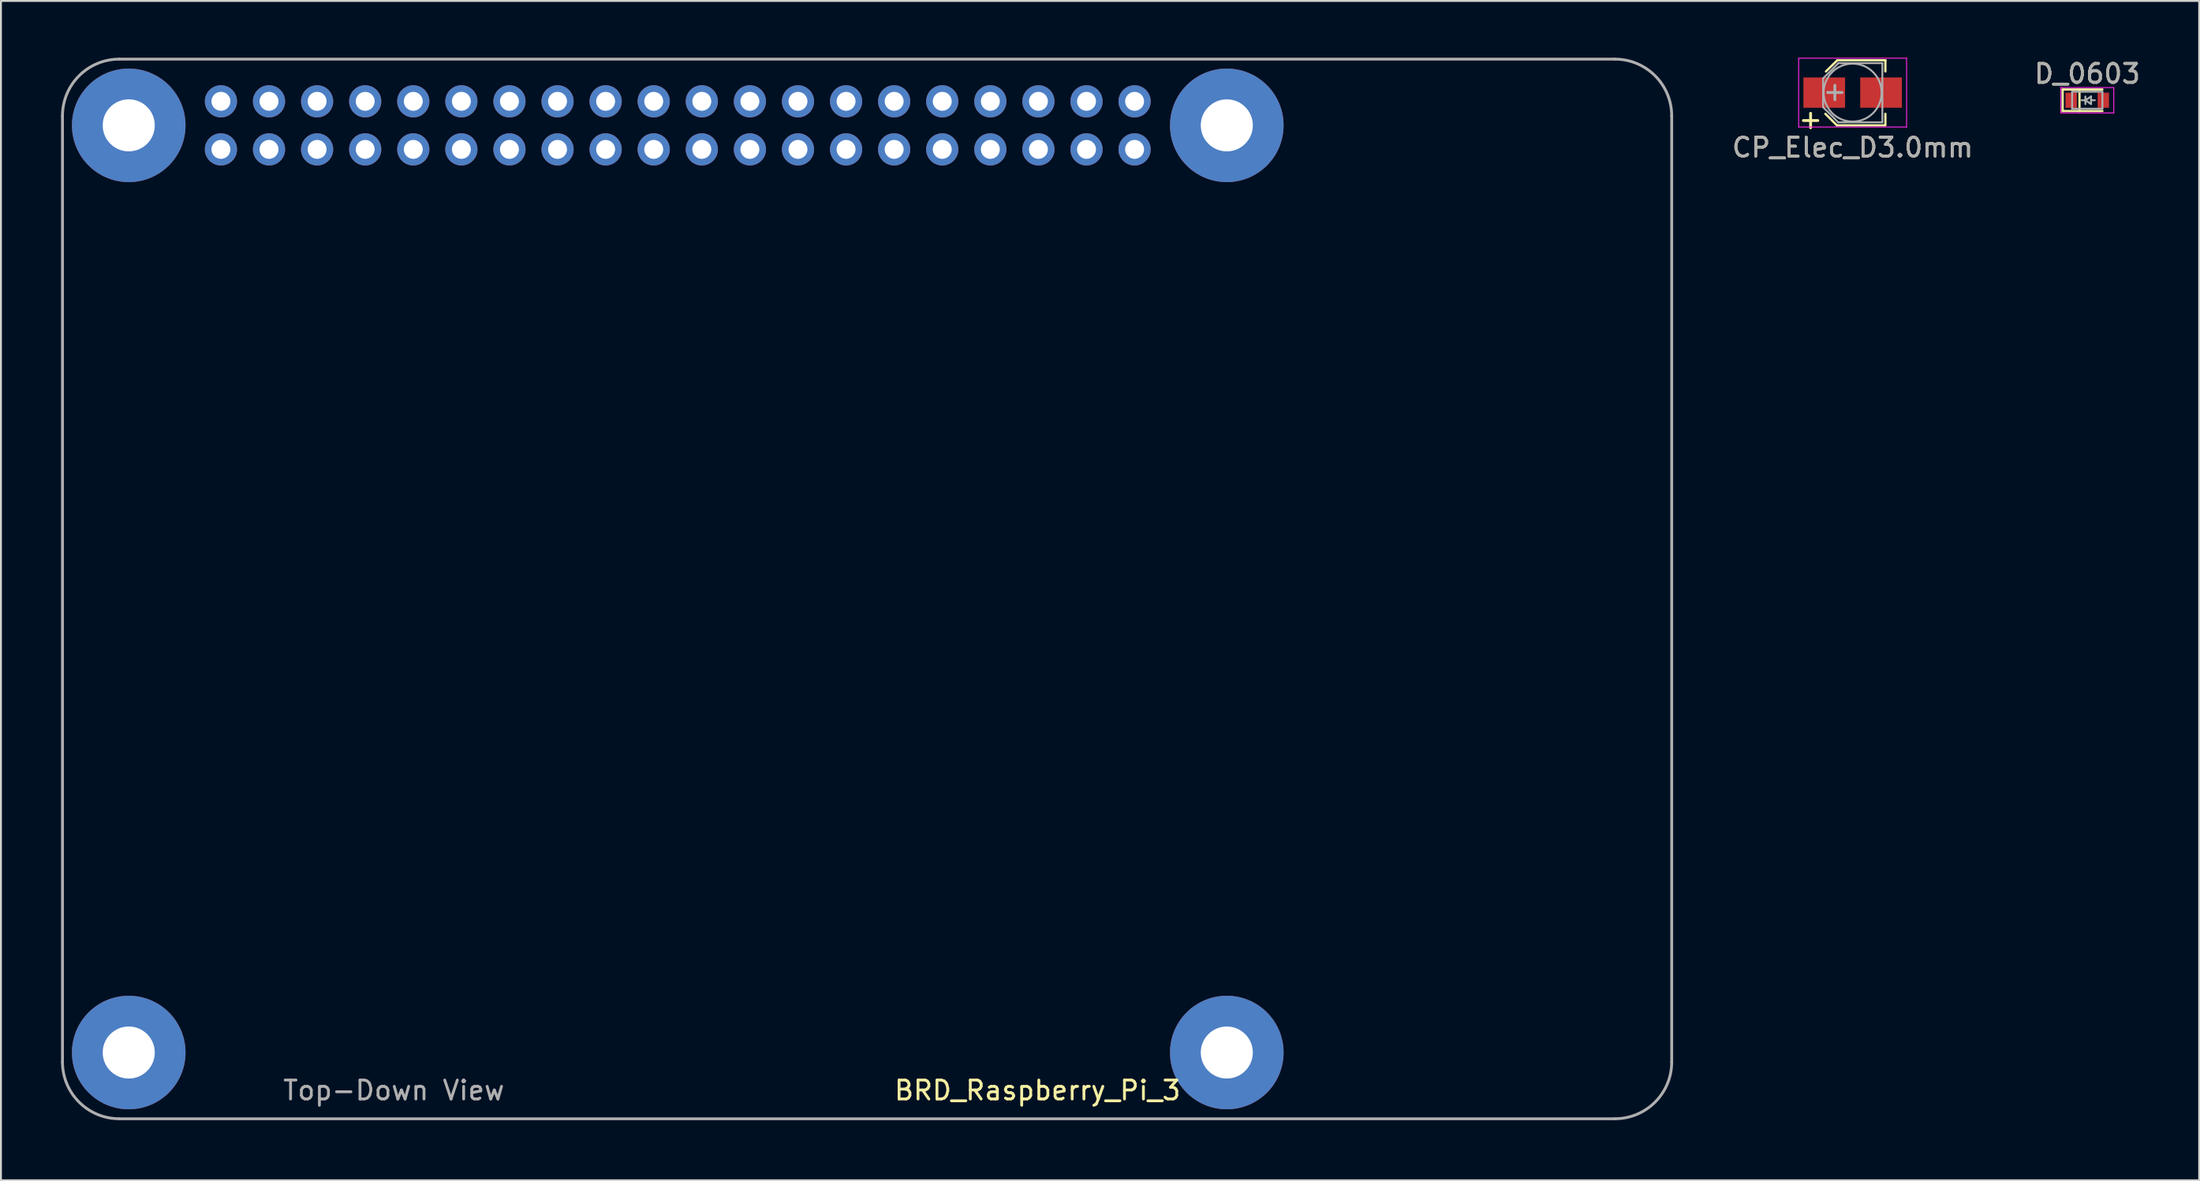
<source format=kicad_pcb>
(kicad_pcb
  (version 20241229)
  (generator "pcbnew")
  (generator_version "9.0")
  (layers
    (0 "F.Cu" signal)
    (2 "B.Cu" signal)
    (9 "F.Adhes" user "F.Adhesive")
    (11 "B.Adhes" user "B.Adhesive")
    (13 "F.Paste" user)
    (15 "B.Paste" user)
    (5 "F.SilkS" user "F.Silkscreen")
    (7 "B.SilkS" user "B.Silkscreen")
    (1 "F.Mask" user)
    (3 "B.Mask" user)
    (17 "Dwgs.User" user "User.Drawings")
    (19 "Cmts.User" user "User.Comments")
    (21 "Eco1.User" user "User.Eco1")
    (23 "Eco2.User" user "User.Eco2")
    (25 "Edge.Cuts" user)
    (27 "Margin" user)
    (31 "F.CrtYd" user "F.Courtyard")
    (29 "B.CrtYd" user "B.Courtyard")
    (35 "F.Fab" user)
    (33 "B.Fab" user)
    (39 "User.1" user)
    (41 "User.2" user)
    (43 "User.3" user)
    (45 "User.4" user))
  (footprint "CP_Elec_D3.0mm"
    (layer "F.Cu")
    (at 94.807 1.845)
    (property "Reference" "CP_Elec_D3.0mm" (at 0 2.9 0) (layer "F.SilkS") (effects (font (size 1 1) (thickness 0.15))))
    (attr smd)
    (fp_line (start -0.83 1.73) (end -1.44 1.12) (stroke (width 0.12) (type solid)) (layer "F.SilkS"))
    (fp_line (start -0.83 1.73) (end 1.71 1.73) (stroke (width 0.12) (type solid)) (layer "F.SilkS"))
    (fp_line (start -0.81 -1.71) (end -1.41 -1.12) (stroke (width 0.12) (type solid)) (layer "F.SilkS"))
    (fp_line (start 1.73 -1.71) (end -0.81 -1.71) (stroke (width 0.12) (type solid)) (layer "F.SilkS"))
    (fp_line (start 1.73 -1.71) (end 1.73 -1.12) (stroke (width 0.12) (type solid)) (layer "F.SilkS"))
    (fp_line (start 1.73 1.73) (end 1.73 1.12) (stroke (width 0.12) (type solid)) (layer "F.SilkS"))
    (fp_line (start -2.85 -1.82) (end -2.85 1.82) (stroke (width 0.05) (type solid)) (layer "F.CrtYd"))
    (fp_line (start -2.85 -1.82) (end 2.85 -1.82) (stroke (width 0.05) (type solid)) (layer "F.CrtYd"))
    (fp_line (start 2.85 1.82) (end -2.85 1.82) (stroke (width 0.05) (type solid)) (layer "F.CrtYd"))
    (fp_line (start 2.85 1.82) (end 2.85 -1.82) (stroke (width 0.05) (type solid)) (layer "F.CrtYd"))
    (fp_line (start -1.56 -0.75) (end -1.56 0.77) (stroke (width 0.1) (type solid)) (layer "F.Fab"))
    (fp_line (start -0.76 1.57) (end -1.56 0.77) (stroke (width 0.1) (type solid)) (layer "F.Fab"))
    (fp_line (start -0.75 -1.56) (end -1.56 -0.75) (stroke (width 0.1) (type solid)) (layer "F.Fab"))
    (fp_line (start 1.56 1.57) (end -0.76 1.57) (stroke (width 0.1) (type solid)) (layer "F.Fab"))
    (fp_line (start 1.57 -1.56) (end -0.75 -1.56) (stroke (width 0.1) (type solid)) (layer "F.Fab"))
    (fp_line (start 1.57 1.57) (end 1.57 -1.56) (stroke (width 0.1) (type solid)) (layer "F.Fab"))
    (fp_circle (center 0 0) (end 0.3 1.5) (stroke (width 0.1) (type solid)) (fill no) (layer "F.Fab"))
    (fp_text user "+" (at -2.22 1.4 0) (layer "F.SilkS") (effects (font (size 1 1) (thickness 0.15))))
    (fp_text user "+" (at -0.94 -0.08 0) (layer "F.Fab") (effects (font (size 1 1) (thickness 0.15))))
    (fp_text user "${REFERENCE}" (at 0 2.9 0) (layer "F.Fab") (effects (font (size 1 1) (thickness 0.15))))
    (pad "1" smd rect (at -1.5 0) (size 2.2 1.6) (layers "F.Cu" "F.Mask" "F.Paste"))
    (pad "2" smd rect (at 1.5 0) (size 2.2 1.6) (layers "F.Cu" "F.Mask" "F.Paste")))
  (footprint "D_0603"
    (layer "F.Cu")
    (at 107.2 2.248)
    (property "Reference" "D_0603" (at 0 -1.4 0) (layer "F.SilkS") (effects (font (size 1 1) (thickness 0.15))))
    (attr smd)
    (fp_line (start -1.3 -0.57) (end -1.3 0.57) (stroke (width 0.12) (type solid)) (layer "F.SilkS"))
    (fp_line (start -1.3 -0.57) (end 0.8 -0.57) (stroke (width 0.12) (type solid)) (layer "F.SilkS"))
    (fp_line (start -1.3 0.57) (end 0.8 0.57) (stroke (width 0.12) (type solid)) (layer "F.SilkS"))
    (fp_line (start -0.411 -0.57) (end -0.411 0.57) (stroke (width 0.12) (type solid)) (layer "F.SilkS"))
    (fp_line (start -1.4 -0.67) (end -1.4 0.67) (stroke (width 0.05) (type solid)) (layer "F.CrtYd"))
    (fp_line (start -1.4 0.67) (end 1.4 0.67) (stroke (width 0.05) (type solid)) (layer "F.CrtYd"))
    (fp_line (start 1.4 -0.67) (end -1.4 -0.67) (stroke (width 0.05) (type solid)) (layer "F.CrtYd"))
    (fp_line (start 1.4 0.67) (end 1.4 -0.67) (stroke (width 0.05) (type solid)) (layer "F.CrtYd"))
    (fp_line (start -0.8 -0.45) (end 0.8 -0.45) (stroke (width 0.1) (type solid)) (layer "F.Fab"))
    (fp_line (start -0.8 0.45) (end -0.8 -0.45) (stroke (width 0.1) (type solid)) (layer "F.Fab"))
    (fp_line (start -0.1 -0.2) (end -0.1 0.2) (stroke (width 0.1) (type solid)) (layer "F.Fab"))
    (fp_line (start -0.1 0) (end -0.3 0) (stroke (width 0.1) (type solid)) (layer "F.Fab"))
    (fp_line (start -0.1 0) (end 0.2 0.2) (stroke (width 0.1) (type solid)) (layer "F.Fab"))
    (fp_line (start 0.2 -0.2) (end -0.1 0) (stroke (width 0.1) (type solid)) (layer "F.Fab"))
    (fp_line (start 0.2 0) (end 0.4 0) (stroke (width 0.1) (type solid)) (layer "F.Fab"))
    (fp_line (start 0.2 0.2) (end 0.2 -0.2) (stroke (width 0.1) (type solid)) (layer "F.Fab"))
    (fp_line (start 0.8 -0.45) (end 0.8 0.45) (stroke (width 0.1) (type solid)) (layer "F.Fab"))
    (fp_line (start 0.8 0.45) (end -0.8 0.45) (stroke (width 0.1) (type solid)) (layer "F.Fab"))
    (fp_text user "${REFERENCE}" (at 0 -1.4 0) (layer "F.Fab") (effects (font (size 1 1) (thickness 0.15))))
    (pad "1" smd rect (at -0.85 0) (size 0.6 0.8) (layers "F.Cu" "F.Mask" "F.Paste"))
    (pad "2" smd rect (at 0.85 0) (size 0.6 0.8) (layers "F.Cu" "F.Mask" "F.Paste")))
  (footprint "BRD_Raspberry_Pi_3"
    (layer "F.Cu")
    (at 0.25 56.075)
    (property "Reference" "BRD_Raspberry_Pi_3" (at 51.5 -1.5 0) (layer "F.SilkS") (effects (font (size 1 1) (thickness 0.15))))
    (attr through_hole)
    (fp_line (start 0 -3) (end 0 -53) (stroke (width 0.15) (type solid)) (layer "F.Fab"))
    (fp_line (start 3 -56) (end 82 -56) (stroke (width 0.15) (type solid)) (layer "F.Fab"))
    (fp_line (start 3 0) (end 82 0) (stroke (width 0.15) (type solid)) (layer "F.Fab"))
    (fp_line (start 85 -3) (end 85 -53) (stroke (width 0.15) (type solid)) (layer "F.Fab"))
    (fp_arc (start 0 -53) (mid 0.87868 -55.12132) (end 3 -56) (stroke (width 0.15) (type solid)) (layer "F.Fab"))
    (fp_arc (start 3 0) (mid 0.87868 -0.87868) (end 0 -3) (stroke (width 0.15) (type solid)) (layer "F.Fab"))
    (fp_arc (start 82 -56) (mid 84.12132 -55.12132) (end 85 -53) (stroke (width 0.15) (type solid)) (layer "F.Fab"))
    (fp_arc (start 85 -3) (mid 84.12132 -0.87868) (end 82 0) (stroke (width 0.15) (type solid)) (layer "F.Fab"))
    (fp_text user "Top-Down View" (at 17.5 -1.5 0) (layer "F.Fab") (effects (font (size 1 1) (thickness 0.15))))
    (pad "1" thru_hole circle (at 8.37 -51.23) (size 1.7 1.7) (drill 1) (layers "*.Cu" "*.Mask"))
    (pad "2" thru_hole circle (at 8.37 -53.77) (size 1.7 1.7) (drill 1) (layers "*.Cu" "*.Mask"))
    (pad "3" thru_hole circle (at 10.91 -51.23) (size 1.7 1.7) (drill 1) (layers "*.Cu" "*.Mask"))
    (pad "4" thru_hole circle (at 10.91 -53.77) (size 1.7 1.7) (drill 1) (layers "*.Cu" "*.Mask"))
    (pad "5" thru_hole circle (at 13.45 -51.23) (size 1.7 1.7) (drill 1) (layers "*.Cu" "*.Mask"))
    (pad "6" thru_hole circle (at 13.45 -53.77) (size 1.7 1.7) (drill 1) (layers "*.Cu" "*.Mask"))
    (pad "7" thru_hole circle (at 15.99 -51.23) (size 1.7 1.7) (drill 1) (layers "*.Cu" "*.Mask"))
    (pad "8" thru_hole circle (at 15.99 -53.77) (size 1.7 1.7) (drill 1) (layers "*.Cu" "*.Mask"))
    (pad "9" thru_hole circle (at 18.53 -51.23) (size 1.7 1.7) (drill 1) (layers "*.Cu" "*.Mask"))
    (pad "10" thru_hole circle (at 18.53 -53.77) (size 1.7 1.7) (drill 1) (layers "*.Cu" "*.Mask"))
    (pad "11" thru_hole circle (at 21.07 -51.23) (size 1.7 1.7) (drill 1) (layers "*.Cu" "*.Mask"))
    (pad "12" thru_hole circle (at 21.07 -53.77) (size 1.7 1.7) (drill 1) (layers "*.Cu" "*.Mask"))
    (pad "13" thru_hole circle (at 23.61 -51.23) (size 1.7 1.7) (drill 1) (layers "*.Cu" "*.Mask"))
    (pad "14" thru_hole circle (at 23.61 -53.77) (size 1.7 1.7) (drill 1) (layers "*.Cu" "*.Mask"))
    (pad "15" thru_hole circle (at 26.15 -51.23) (size 1.7 1.7) (drill 1) (layers "*.Cu" "*.Mask"))
    (pad "16" thru_hole circle (at 26.15 -53.77) (size 1.7 1.7) (drill 1) (layers "*.Cu" "*.Mask"))
    (pad "17" thru_hole circle (at 28.69 -51.23) (size 1.7 1.7) (drill 1) (layers "*.Cu" "*.Mask"))
    (pad "18" thru_hole circle (at 28.69 -53.77) (size 1.7 1.7) (drill 1) (layers "*.Cu" "*.Mask"))
    (pad "19" thru_hole circle (at 31.23 -51.23) (size 1.7 1.7) (drill 1) (layers "*.Cu" "*.Mask"))
    (pad "20" thru_hole circle (at 31.23 -53.77) (size 1.7 1.7) (drill 1) (layers "*.Cu" "*.Mask"))
    (pad "21" thru_hole circle (at 33.77 -51.23) (size 1.7 1.7) (drill 1) (layers "*.Cu" "*.Mask"))
    (pad "22" thru_hole circle (at 33.77 -53.77) (size 1.7 1.7) (drill 1) (layers "*.Cu" "*.Mask"))
    (pad "23" thru_hole circle (at 36.31 -51.23) (size 1.7 1.7) (drill 1) (layers "*.Cu" "*.Mask"))
    (pad "24" thru_hole circle (at 36.31 -53.77) (size 1.7 1.7) (drill 1) (layers "*.Cu" "*.Mask"))
    (pad "25" thru_hole circle (at 38.85 -51.23) (size 1.7 1.7) (drill 1) (layers "*.Cu" "*.Mask"))
    (pad "26" thru_hole circle (at 38.85 -53.77) (size 1.7 1.7) (drill 1) (layers "*.Cu" "*.Mask"))
    (pad "27" thru_hole circle (at 41.39 -51.23) (size 1.7 1.7) (drill 1) (layers "*.Cu" "*.Mask"))
    (pad "28" thru_hole circle (at 41.39 -53.77) (size 1.7 1.7) (drill 1) (layers "*.Cu" "*.Mask"))
    (pad "29" thru_hole circle (at 43.93 -51.23) (size 1.7 1.7) (drill 1) (layers "*.Cu" "*.Mask"))
    (pad "30" thru_hole circle (at 43.93 -53.77) (size 1.7 1.7) (drill 1) (layers "*.Cu" "*.Mask"))
    (pad "31" thru_hole circle (at 46.47 -51.23) (size 1.7 1.7) (drill 1) (layers "*.Cu" "*.Mask"))
    (pad "32" thru_hole circle (at 46.47 -53.77) (size 1.7 1.7) (drill 1) (layers "*.Cu" "*.Mask"))
    (pad "33" thru_hole circle (at 49.01 -51.23) (size 1.7 1.7) (drill 1) (layers "*.Cu" "*.Mask"))
    (pad "34" thru_hole circle (at 49.01 -53.77) (size 1.7 1.7) (drill 1) (layers "*.Cu" "*.Mask"))
    (pad "35" thru_hole circle (at 51.55 -51.23) (size 1.7 1.7) (drill 1) (layers "*.Cu" "*.Mask"))
    (pad "36" thru_hole circle (at 51.55 -53.77) (size 1.7 1.7) (drill 1) (layers "*.Cu" "*.Mask"))
    (pad "37" thru_hole circle (at 54.09 -51.23) (size 1.7 1.7) (drill 1) (layers "*.Cu" "*.Mask"))
    (pad "38" thru_hole circle (at 54.09 -53.77) (size 1.7 1.7) (drill 1) (layers "*.Cu" "*.Mask"))
    (pad "39" thru_hole circle (at 56.63 -51.23) (size 1.7 1.7) (drill 1) (layers "*.Cu" "*.Mask"))
    (pad "40" thru_hole circle (at 56.63 -53.77) (size 1.7 1.7) (drill 1) (layers "*.Cu" "*.Mask"))
    (pad "41" thru_hole circle (at 3.5 -52.5) (size 6 6) (drill 2.75) (layers "*.Cu" "*.Mask"))
    (pad "42" thru_hole circle (at 61.5 -52.5) (size 6 6) (drill 2.75) (layers "*.Cu" "*.Mask"))
    (pad "43" thru_hole circle (at 3.5 -3.5) (size 6 6) (drill 2.75) (layers "*.Cu" "*.Mask"))
    (pad "44" thru_hole circle (at 61.5 -3.5) (size 6 6) (drill 2.75) (layers "*.Cu" "*.Mask")))
  (gr_rect
    (start -3 -3)
    (end 113.111 59.325)
    (stroke (width 0.1) (type default))
    (fill no)
    (layer "Edge.Cuts")))
</source>
